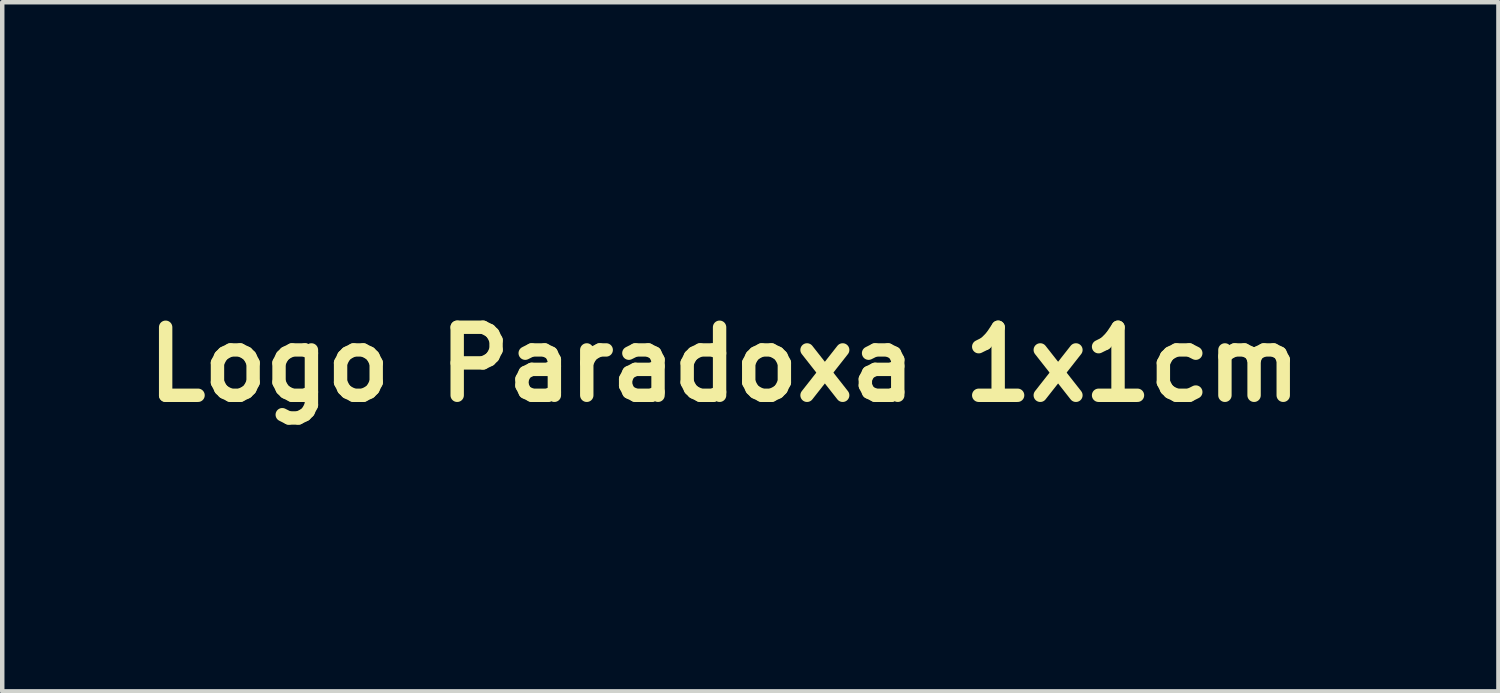
<source format=kicad_pcb>
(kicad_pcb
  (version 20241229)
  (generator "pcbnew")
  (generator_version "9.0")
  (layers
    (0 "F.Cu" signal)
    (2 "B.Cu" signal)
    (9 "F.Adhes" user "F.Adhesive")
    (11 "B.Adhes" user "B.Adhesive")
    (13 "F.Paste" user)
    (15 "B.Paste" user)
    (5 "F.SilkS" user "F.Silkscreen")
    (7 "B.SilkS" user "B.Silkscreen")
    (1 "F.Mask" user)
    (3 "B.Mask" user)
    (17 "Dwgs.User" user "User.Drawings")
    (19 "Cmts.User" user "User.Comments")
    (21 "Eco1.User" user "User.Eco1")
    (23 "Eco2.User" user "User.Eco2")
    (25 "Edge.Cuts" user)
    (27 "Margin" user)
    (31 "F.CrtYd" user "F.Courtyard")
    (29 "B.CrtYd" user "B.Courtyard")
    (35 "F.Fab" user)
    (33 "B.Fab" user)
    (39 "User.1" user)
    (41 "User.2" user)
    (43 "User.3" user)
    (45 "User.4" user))
  (footprint "Logo Paradoxa 1x1cm "
    (layer "F.Cu")
    (at 13.76 5.116)
    (property "Reference" "Logo Paradoxa 1x1cm " (at 0 0 0) (layer "F.SilkS") (effects (font (size 1.524 1.524) (thickness 0.3))))
    (attr through_hole)
    (fp_poly (pts (xy 2.692 3.227) (xy 2.695 3.418) (xy 2.7 3.556) (xy 2.706 3.648) (xy 2.716 3.705) (xy 2.73 3.737) (xy 2.75 3.752) (xy 2.765 3.757) (xy 2.813 3.786) (xy 2.821 3.851) (xy 2.82 3.863) (xy 2.812 3.91) (xy 2.791 3.938) (xy 2.742 3.952) (xy 2.652 3.959) (xy 2.586 3.962) (xy 2.472 3.964) (xy 2.384 3.959) (xy 2.341 3.949) (xy 2.34 3.949) (xy 2.324 3.903) (xy 2.318 3.836) (xy 2.329 3.769) (xy 2.37 3.747) (xy 2.381 3.747) (xy 2.407 3.743) (xy 2.425 3.726) (xy 2.436 3.685) (xy 2.442 3.61) (xy 2.444 3.49) (xy 2.445 3.334) (xy 2.444 3.165) (xy 2.442 3.05) (xy 2.435 2.978) (xy 2.424 2.94) (xy 2.406 2.924) (xy 2.379 2.921) (xy 2.335 2.911) (xy 2.321 2.867) (xy 2.324 2.818) (xy 2.332 2.759) (xy 2.354 2.728) (xy 2.405 2.716) (xy 2.503 2.715) (xy 2.683 2.715) (xy 2.692 3.227)) (stroke (width 0.01) (type solid)) (fill yes) (layer "F.Mask"))
    (fp_poly (pts (xy -0.192 3.135) (xy -0.047 3.218) (xy -0.01 3.249) (xy 0.065 3.33) (xy 0.102 3.412) (xy 0.117 3.51) (xy 0.103 3.673) (xy 0.039 3.81) (xy -0.065 3.913) (xy -0.2 3.973) (xy -0.355 3.982) (xy -0.433 3.966) (xy -0.517 3.924) (xy -0.605 3.852) (xy -0.632 3.825) (xy -0.693 3.743) (xy -0.723 3.664) (xy -0.73 3.563) (xy -0.624 3.563) (xy -0.593 3.673) (xy -0.59 3.678) (xy -0.501 3.795) (xy -0.39 3.86) (xy -0.266 3.869) (xy -0.143 3.821) (xy -0.116 3.801) (xy -0.051 3.73) (xy -0.017 3.635) (xy -0.009 3.58) (xy -0.003 3.483) (xy -0.02 3.418) (xy -0.07 3.355) (xy -0.089 3.335) (xy -0.205 3.255) (xy -0.326 3.233) (xy -0.442 3.269) (xy -0.521 3.336) (xy -0.601 3.455) (xy -0.624 3.563) (xy -0.73 3.563) (xy -0.73 3.555) (xy -0.73 3.546) (xy -0.725 3.439) (xy -0.7 3.364) (xy -0.644 3.291) (xy -0.616 3.262) (xy -0.48 3.157) (xy -0.337 3.114) (xy -0.192 3.135)) (stroke (width 0.01) (type solid)) (fill yes) (layer "F.Mask"))
    (fp_poly (pts (xy -2.987 3.157) (xy -2.984 3.16) (xy -2.965 3.19) (xy -2.977 3.213) (xy -3.028 3.237) (xy -3.127 3.27) (xy -3.228 3.306) (xy -3.289 3.346) (xy -3.321 3.405) (xy -3.332 3.5) (xy -3.334 3.606) (xy -3.334 3.838) (xy -3.215 3.848) (xy -3.126 3.867) (xy -3.096 3.904) (xy -3.096 3.905) (xy -3.109 3.931) (xy -3.158 3.948) (xy -3.252 3.958) (xy -3.339 3.962) (xy -3.469 3.963) (xy -3.561 3.954) (xy -3.603 3.938) (xy -3.603 3.938) (xy -3.608 3.885) (xy -3.564 3.848) (xy -3.522 3.842) (xy -3.494 3.837) (xy -3.476 3.814) (xy -3.466 3.762) (xy -3.462 3.668) (xy -3.461 3.54) (xy -3.461 3.4) (xy -3.465 3.312) (xy -3.475 3.264) (xy -3.495 3.243) (xy -3.527 3.239) (xy -3.54 3.239) (xy -3.604 3.222) (xy -3.619 3.191) (xy -3.592 3.161) (xy -3.527 3.145) (xy -3.448 3.143) (xy -3.379 3.156) (xy -3.348 3.177) (xy -3.306 3.196) (xy -3.275 3.189) (xy -3.149 3.148) (xy -3.048 3.137) (xy -2.987 3.157)) (stroke (width 0.01) (type solid)) (fill yes) (layer "F.Mask"))
    (fp_poly (pts (xy 3.412 3.113) (xy 3.554 3.118) (xy 3.651 3.121) (xy 3.762 3.126) (xy 3.825 3.136) (xy 3.855 3.159) (xy 3.866 3.2) (xy 3.868 3.217) (xy 3.864 3.288) (xy 3.822 3.321) (xy 3.812 3.324) (xy 3.776 3.341) (xy 3.756 3.379) (xy 3.748 3.452) (xy 3.747 3.54) (xy 3.749 3.651) (xy 3.76 3.714) (xy 3.783 3.745) (xy 3.812 3.756) (xy 3.86 3.786) (xy 3.869 3.85) (xy 3.868 3.863) (xy 3.858 3.953) (xy 3.505 3.958) (xy 3.34 3.959) (xy 3.224 3.954) (xy 3.143 3.942) (xy 3.084 3.921) (xy 3.058 3.907) (xy 2.951 3.807) (xy 2.885 3.674) (xy 2.866 3.549) (xy 3.093 3.549) (xy 3.122 3.645) (xy 3.191 3.716) (xy 3.289 3.752) (xy 3.405 3.739) (xy 3.405 3.739) (xy 3.456 3.716) (xy 3.482 3.68) (xy 3.491 3.612) (xy 3.493 3.536) (xy 3.489 3.434) (xy 3.474 3.376) (xy 3.44 3.342) (xy 3.412 3.327) (xy 3.302 3.309) (xy 3.2 3.345) (xy 3.123 3.428) (xy 3.117 3.44) (xy 3.093 3.549) (xy 2.866 3.549) (xy 2.862 3.524) (xy 2.888 3.377) (xy 2.92 3.312) (xy 3.021 3.189) (xy 3.146 3.123) (xy 3.296 3.108) (xy 3.412 3.113)) (stroke (width 0.01) (type solid)) (fill yes) (layer "F.Mask"))
    (fp_poly (pts (xy 4.104 2.705) (xy 4.27 2.715) (xy 4.28 2.929) (xy 4.289 3.144) (xy 4.375 3.121) (xy 4.536 3.105) (xy 4.682 3.14) (xy 4.804 3.218) (xy 4.888 3.332) (xy 4.922 3.461) (xy 4.926 3.597) (xy 4.907 3.696) (xy 4.859 3.779) (xy 4.8 3.843) (xy 4.679 3.964) (xy 4.326 3.964) (xy 4.183 3.962) (xy 4.064 3.957) (xy 3.984 3.951) (xy 3.955 3.945) (xy 3.936 3.895) (xy 3.938 3.826) (xy 3.957 3.768) (xy 3.985 3.747) (xy 4.004 3.737) (xy 4.018 3.703) (xy 4.026 3.636) (xy 4.03 3.537) (xy 4.286 3.537) (xy 4.286 3.539) (xy 4.289 3.639) (xy 4.303 3.694) (xy 4.336 3.724) (xy 4.372 3.738) (xy 4.498 3.755) (xy 4.602 3.721) (xy 4.652 3.672) (xy 4.694 3.567) (xy 4.684 3.466) (xy 4.633 3.381) (xy 4.551 3.323) (xy 4.45 3.305) (xy 4.348 3.335) (xy 4.31 3.369) (xy 4.291 3.43) (xy 4.286 3.537) (xy 4.03 3.537) (xy 4.031 3.524) (xy 4.032 3.36) (xy 4.032 3.334) (xy 4.031 3.162) (xy 4.027 3.044) (xy 4.019 2.971) (xy 4.007 2.933) (xy 3.988 2.921) (xy 3.985 2.921) (xy 3.95 2.897) (xy 3.937 2.821) (xy 3.937 2.808) (xy 3.937 2.695) (xy 4.104 2.705)) (stroke (width 0.01) (type solid)) (fill yes) (layer "F.Mask"))
    (fp_poly (pts (xy 1.754 3.132) (xy 1.823 3.16) (xy 1.899 3.189) (xy 1.937 3.174) (xy 1.938 3.174) (xy 1.981 3.153) (xy 2.057 3.148) (xy 2.139 3.158) (xy 2.2 3.18) (xy 2.214 3.197) (xy 2.196 3.227) (xy 2.137 3.244) (xy 2.048 3.254) (xy 2.03 3.837) (xy 2.118 3.847) (xy 2.19 3.871) (xy 2.207 3.908) (xy 2.173 3.945) (xy 2.101 3.963) (xy 2.017 3.961) (xy 1.958 3.942) (xy 1.957 3.941) (xy 1.899 3.927) (xy 1.799 3.951) (xy 1.792 3.953) (xy 1.7 3.983) (xy 1.636 3.993) (xy 1.573 3.985) (xy 1.54 3.977) (xy 1.424 3.923) (xy 1.316 3.831) (xy 1.25 3.739) (xy 1.208 3.597) (xy 1.21 3.568) (xy 1.336 3.568) (xy 1.364 3.677) (xy 1.424 3.771) (xy 1.508 3.84) (xy 1.609 3.874) (xy 1.716 3.865) (xy 1.823 3.802) (xy 1.871 3.747) (xy 1.897 3.678) (xy 1.908 3.572) (xy 1.91 3.545) (xy 1.911 3.436) (xy 1.899 3.369) (xy 1.868 3.324) (xy 1.84 3.299) (xy 1.742 3.255) (xy 1.63 3.239) (xy 1.532 3.248) (xy 1.462 3.288) (xy 1.412 3.34) (xy 1.35 3.452) (xy 1.336 3.568) (xy 1.21 3.568) (xy 1.219 3.458) (xy 1.274 3.332) (xy 1.364 3.226) (xy 1.481 3.152) (xy 1.614 3.117) (xy 1.754 3.132)) (stroke (width 0.01) (type solid)) (fill yes) (layer "F.Mask"))
    (fp_poly (pts (xy -2.379 3.129) (xy -2.303 3.161) (xy -2.228 3.189) (xy -2.197 3.177) (xy -2.161 3.152) (xy -2.092 3.142) (xy -2.015 3.147) (xy -1.956 3.165) (xy -1.937 3.189) (xy -1.964 3.228) (xy -2.008 3.244) (xy -2.042 3.253) (xy -2.063 3.276) (xy -2.076 3.326) (xy -2.084 3.415) (xy -2.089 3.548) (xy -2.098 3.842) (xy -2.017 3.842) (xy -1.954 3.856) (xy -1.937 3.905) (xy -1.95 3.95) (xy -2.001 3.967) (xy -2.042 3.969) (xy -2.123 3.96) (xy -2.176 3.939) (xy -2.177 3.938) (xy -2.231 3.927) (xy -2.329 3.951) (xy -2.334 3.953) (xy -2.427 3.983) (xy -2.49 3.993) (xy -2.554 3.985) (xy -2.588 3.978) (xy -2.72 3.917) (xy -2.821 3.817) (xy -2.886 3.69) (xy -2.913 3.551) (xy -2.911 3.54) (xy -2.794 3.54) (xy -2.776 3.675) (xy -2.717 3.771) (xy -2.642 3.824) (xy -2.509 3.868) (xy -2.38 3.851) (xy -2.315 3.819) (xy -2.265 3.785) (xy -2.238 3.746) (xy -2.225 3.683) (xy -2.223 3.578) (xy -2.223 3.553) (xy -2.225 3.436) (xy -2.236 3.365) (xy -2.261 3.322) (xy -2.301 3.29) (xy -2.423 3.242) (xy -2.547 3.246) (xy -2.659 3.295) (xy -2.745 3.38) (xy -2.791 3.495) (xy -2.794 3.54) (xy -2.911 3.54) (xy -2.895 3.414) (xy -2.829 3.293) (xy -2.802 3.264) (xy -2.658 3.158) (xy -2.52 3.113) (xy -2.379 3.129)) (stroke (width 0.01) (type solid)) (fill yes) (layer "F.Mask"))
    (fp_poly (pts (xy 5.429 3.095) (xy 5.553 3.102) (xy 5.779 3.121) (xy 5.779 3.259) (xy 5.776 3.345) (xy 5.759 3.385) (xy 5.713 3.397) (xy 5.669 3.397) (xy 5.59 3.388) (xy 5.541 3.366) (xy 5.539 3.364) (xy 5.484 3.32) (xy 5.401 3.29) (xy 5.326 3.288) (xy 5.318 3.29) (xy 5.286 3.321) (xy 5.268 3.366) (xy 5.275 3.396) (xy 5.282 3.397) (xy 5.358 3.406) (xy 5.465 3.43) (xy 5.576 3.46) (xy 5.668 3.491) (xy 5.705 3.509) (xy 5.752 3.553) (xy 5.773 3.616) (xy 5.779 3.712) (xy 5.772 3.814) (xy 5.749 3.875) (xy 5.707 3.913) (xy 5.58 3.966) (xy 5.434 3.984) (xy 5.366 3.978) (xy 5.293 3.956) (xy 5.257 3.935) (xy 5.21 3.927) (xy 5.187 3.94) (xy 5.126 3.963) (xy 5.074 3.963) (xy 5.028 3.948) (xy 5.004 3.907) (xy 4.992 3.824) (xy 4.991 3.802) (xy 4.987 3.711) (xy 4.998 3.667) (xy 5.032 3.653) (xy 5.08 3.651) (xy 5.175 3.671) (xy 5.267 3.717) (xy 5.267 3.717) (xy 5.347 3.758) (xy 5.433 3.773) (xy 5.503 3.763) (xy 5.539 3.728) (xy 5.54 3.717) (xy 5.51 3.681) (xy 5.425 3.647) (xy 5.382 3.636) (xy 5.21 3.584) (xy 5.096 3.519) (xy 5.034 3.436) (xy 5.016 3.34) (xy 5.044 3.252) (xy 5.112 3.168) (xy 5.202 3.111) (xy 5.234 3.101) (xy 5.313 3.095) (xy 5.429 3.095)) (stroke (width 0.01) (type solid)) (fill yes) (layer "F.Mask"))
    (fp_poly (pts (xy -5.174 3.134) (xy -5.088 3.175) (xy -4.963 3.282) (xy -4.886 3.416) (xy -4.862 3.562) (xy -4.894 3.709) (xy -4.922 3.763) (xy -5.033 3.894) (xy -5.168 3.967) (xy -5.321 3.981) (xy -5.428 3.957) (xy -5.556 3.913) (xy -5.556 4.223) (xy -5.445 4.223) (xy -5.363 4.233) (xy -5.334 4.266) (xy -5.334 4.27) (xy -5.346 4.295) (xy -5.389 4.309) (xy -5.475 4.316) (xy -5.588 4.318) (xy -5.718 4.316) (xy -5.797 4.308) (xy -5.834 4.291) (xy -5.842 4.27) (xy -5.814 4.232) (xy -5.762 4.223) (xy -5.682 4.223) (xy -5.69 3.739) (xy -5.694 3.554) (xy -5.694 3.552) (xy -5.556 3.552) (xy -5.554 3.667) (xy -5.544 3.737) (xy -5.519 3.78) (xy -5.474 3.814) (xy -5.469 3.818) (xy -5.347 3.864) (xy -5.223 3.863) (xy -5.123 3.817) (xy -5.028 3.706) (xy -4.986 3.581) (xy -5 3.454) (xy -5.071 3.338) (xy -5.078 3.331) (xy -5.193 3.257) (xy -5.325 3.238) (xy -5.455 3.276) (xy -5.478 3.29) (xy -5.52 3.324) (xy -5.544 3.369) (xy -5.554 3.443) (xy -5.556 3.552) (xy -5.694 3.552) (xy -5.698 3.423) (xy -5.705 3.337) (xy -5.715 3.285) (xy -5.73 3.258) (xy -5.752 3.247) (xy -5.771 3.244) (xy -5.826 3.219) (xy -5.842 3.189) (xy -5.815 3.161) (xy -5.749 3.145) (xy -5.67 3.142) (xy -5.603 3.154) (xy -5.573 3.173) (xy -5.535 3.181) (xy -5.468 3.157) (xy -5.323 3.115) (xy -5.174 3.134)) (stroke (width 0.01) (type solid)) (fill yes) (layer "F.Mask"))
    (fp_poly (pts (xy -4.195 3.13) (xy -4.134 3.156) (xy -4.056 3.185) (xy -4.016 3.175) (xy -3.973 3.151) (xy -3.9 3.142) (xy -3.822 3.148) (xy -3.763 3.166) (xy -3.747 3.189) (xy -3.774 3.228) (xy -3.818 3.244) (xy -3.852 3.253) (xy -3.873 3.276) (xy -3.886 3.326) (xy -3.894 3.416) (xy -3.898 3.546) (xy -3.902 3.683) (xy -3.9 3.769) (xy -3.891 3.817) (xy -3.871 3.838) (xy -3.838 3.847) (xy -3.835 3.847) (xy -3.779 3.873) (xy -3.762 3.905) (xy -3.789 3.941) (xy -3.853 3.962) (xy -3.928 3.964) (xy -3.988 3.947) (xy -4.004 3.931) (xy -4.039 3.906) (xy -4.088 3.925) (xy -4.215 3.972) (xy -4.36 3.98) (xy -4.434 3.966) (xy -4.517 3.924) (xy -4.606 3.852) (xy -4.632 3.825) (xy -4.696 3.74) (xy -4.725 3.656) (xy -4.731 3.557) (xy -4.625 3.557) (xy -4.596 3.669) (xy -4.506 3.781) (xy -4.503 3.783) (xy -4.386 3.857) (xy -4.263 3.868) (xy -4.137 3.816) (xy -4.124 3.808) (xy -4.074 3.766) (xy -4.046 3.72) (xy -4.034 3.649) (xy -4.032 3.542) (xy -4.035 3.428) (xy -4.047 3.36) (xy -4.075 3.317) (xy -4.111 3.29) (xy -4.221 3.246) (xy -4.343 3.241) (xy -4.451 3.273) (xy -4.499 3.31) (xy -4.592 3.439) (xy -4.625 3.557) (xy -4.731 3.557) (xy -4.731 3.554) (xy -4.725 3.452) (xy -4.699 3.377) (xy -4.642 3.301) (xy -4.612 3.267) (xy -4.48 3.162) (xy -4.338 3.116) (xy -4.195 3.13)) (stroke (width 0.01) (type solid)) (fill yes) (layer "F.Mask"))
    (fp_poly (pts (xy -1.124 2.704) (xy -1 2.715) (xy -0.991 3.276) (xy -0.988 3.477) (xy -0.984 3.624) (xy -0.979 3.724) (xy -0.971 3.788) (xy -0.959 3.824) (xy -0.941 3.84) (xy -0.917 3.847) (xy -0.912 3.848) (xy -0.857 3.874) (xy -0.841 3.905) (xy -0.869 3.941) (xy -0.934 3.961) (xy -1.013 3.964) (xy -1.082 3.945) (xy -1.097 3.935) (xy -1.156 3.916) (xy -1.183 3.929) (xy -1.275 3.968) (xy -1.403 3.977) (xy -1.492 3.965) (xy -1.597 3.919) (xy -1.701 3.834) (xy -1.706 3.829) (xy -1.771 3.747) (xy -1.802 3.67) (xy -1.808 3.585) (xy -1.704 3.585) (xy -1.696 3.626) (xy -1.646 3.715) (xy -1.564 3.797) (xy -1.471 3.856) (xy -1.402 3.873) (xy -1.318 3.857) (xy -1.224 3.816) (xy -1.214 3.81) (xy -1.158 3.772) (xy -1.127 3.732) (xy -1.114 3.671) (xy -1.111 3.568) (xy -1.111 3.544) (xy -1.114 3.43) (xy -1.126 3.361) (xy -1.153 3.318) (xy -1.19 3.29) (xy -1.303 3.247) (xy -1.435 3.244) (xy -1.554 3.279) (xy -1.571 3.289) (xy -1.642 3.366) (xy -1.69 3.474) (xy -1.704 3.585) (xy -1.808 3.585) (xy -1.81 3.564) (xy -1.81 3.553) (xy -1.783 3.392) (xy -1.711 3.26) (xy -1.604 3.166) (xy -1.471 3.117) (xy -1.325 3.118) (xy -1.205 3.16) (xy -1.111 3.208) (xy -1.111 3.017) (xy -1.113 2.911) (xy -1.122 2.854) (xy -1.145 2.83) (xy -1.187 2.826) (xy -1.189 2.826) (xy -1.265 2.811) (xy -1.287 2.77) (xy -1.273 2.735) (xy -1.223 2.708) (xy -1.129 2.704) (xy -1.124 2.704)) (stroke (width 0.01) (type solid)) (fill yes) (layer "F.Mask"))
    (fp_poly (pts (xy 1.063 3.147) (xy 1.123 3.16) (xy 1.143 3.185) (xy 1.143 3.191) (xy 1.117 3.231) (xy 1.086 3.239) (xy 1.039 3.26) (xy 0.967 3.313) (xy 0.888 3.383) (xy 0.817 3.454) (xy 0.771 3.513) (xy 0.762 3.536) (xy 0.781 3.572) (xy 0.829 3.64) (xy 0.877 3.701) (xy 0.974 3.801) (xy 1.054 3.841) (xy 1.067 3.842) (xy 1.128 3.858) (xy 1.143 3.905) (xy 1.136 3.941) (xy 1.106 3.96) (xy 1.037 3.968) (xy 0.953 3.969) (xy 0.83 3.961) (xy 0.768 3.938) (xy 0.763 3.896) (xy 0.801 3.848) (xy 0.816 3.811) (xy 0.79 3.763) (xy 0.753 3.723) (xy 0.667 3.637) (xy 0.582 3.722) (xy 0.529 3.783) (xy 0.52 3.825) (xy 0.537 3.854) (xy 0.561 3.909) (xy 0.556 3.936) (xy 0.514 3.955) (xy 0.433 3.966) (xy 0.335 3.968) (xy 0.245 3.961) (xy 0.185 3.945) (xy 0.175 3.937) (xy 0.17 3.885) (xy 0.214 3.849) (xy 0.26 3.842) (xy 0.312 3.82) (xy 0.385 3.764) (xy 0.464 3.691) (xy 0.53 3.616) (xy 0.568 3.556) (xy 0.572 3.541) (xy 0.548 3.491) (xy 0.487 3.421) (xy 0.406 3.347) (xy 0.323 3.283) (xy 0.253 3.244) (xy 0.229 3.239) (xy 0.174 3.225) (xy 0.167 3.199) (xy 0.206 3.173) (xy 0.298 3.156) (xy 0.376 3.15) (xy 0.487 3.147) (xy 0.548 3.156) (xy 0.57 3.177) (xy 0.572 3.187) (xy 0.55 3.236) (xy 0.534 3.246) (xy 0.53 3.274) (xy 0.554 3.33) (xy 0.594 3.394) (xy 0.637 3.444) (xy 0.667 3.461) (xy 0.702 3.438) (xy 0.745 3.385) (xy 0.784 3.321) (xy 0.805 3.268) (xy 0.799 3.246) (xy 0.765 3.207) (xy 0.762 3.188) (xy 0.779 3.162) (xy 0.838 3.148) (xy 0.95 3.143) (xy 0.953 3.143) (xy 1.063 3.147)) (stroke (width 0.01) (type solid)) (fill yes) (layer "F.Mask"))
    (fp_poly (pts (xy -0.046 -5.085) (xy 0.006 -5.015) (xy 0.072 -4.913) (xy 0.128 -4.818) (xy 0.25 -4.605) (xy 0.397 -4.35) (xy 0.562 -4.065) (xy 0.737 -3.761) (xy 0.916 -3.451) (xy 1.092 -3.147) (xy 1.159 -3.032) (xy 1.258 -2.861) (xy 1.351 -2.699) (xy 1.432 -2.56) (xy 1.493 -2.453) (xy 1.524 -2.397) (xy 1.561 -2.332) (xy 1.619 -2.231) (xy 1.7 -2.09) (xy 1.805 -1.907) (xy 1.935 -1.681) (xy 2.092 -1.409) (xy 2.277 -1.088) (xy 2.492 -0.717) (xy 2.673 -0.403) (xy 2.793 -0.195) (xy 2.903 -0.003) (xy 2.999 0.166) (xy 3.077 0.303) (xy 3.132 0.402) (xy 3.161 0.456) (xy 3.164 0.462) (xy 3.163 0.481) (xy 3.136 0.494) (xy 3.074 0.502) (xy 2.97 0.506) (xy 2.813 0.508) (xy 2.75 0.508) (xy 2.567 0.509) (xy 2.44 0.514) (xy 2.363 0.524) (xy 2.327 0.54) (xy 2.327 0.564) (xy 2.347 0.589) (xy 2.385 0.641) (xy 2.44 0.729) (xy 2.504 0.84) (xy 2.57 0.961) (xy 2.631 1.078) (xy 2.68 1.178) (xy 2.709 1.247) (xy 2.714 1.271) (xy 2.678 1.278) (xy 2.582 1.283) (xy 2.429 1.288) (xy 2.22 1.293) (xy 1.959 1.296) (xy 1.649 1.299) (xy 1.293 1.301) (xy 0.893 1.302) (xy 0.652 1.302) (xy 0.238 1.302) (xy -0.117 1.302) (xy -0.418 1.302) (xy -0.669 1.304) (xy -0.875 1.306) (xy -1.04 1.309) (xy -1.168 1.314) (xy -1.265 1.321) (xy -1.334 1.33) (xy -1.381 1.341) (xy -1.409 1.354) (xy -1.423 1.371) (xy -1.428 1.39) (xy -1.429 1.413) (xy -1.429 1.423) (xy -1.398 1.427) (xy -1.309 1.43) (xy -1.166 1.432) (xy -0.975 1.435) (xy -0.741 1.436) (xy -0.469 1.437) (xy -0.163 1.438) (xy 0.17 1.438) (xy 0.526 1.437) (xy 0.794 1.436) (xy 1.163 1.435) (xy 1.513 1.433) (xy 1.839 1.431) (xy 2.136 1.429) (xy 2.398 1.426) (xy 2.62 1.424) (xy 2.798 1.422) (xy 2.927 1.419) (xy 3 1.417) (xy 3.016 1.415) (xy 3 1.381) (xy 2.953 1.295) (xy 2.877 1.16) (xy 2.772 0.98) (xy 2.719 0.889) (xy 2.666 0.795) (xy 2.643 0.732) (xy 2.656 0.694) (xy 2.712 0.674) (xy 2.818 0.668) (xy 2.962 0.667) (xy 3.288 0.667) (xy 3.413 0.881) (xy 3.579 1.169) (xy 3.716 1.407) (xy 3.825 1.599) (xy 3.909 1.749) (xy 3.971 1.863) (xy 4.013 1.944) (xy 4.037 1.998) (xy 4.047 2.028) (xy 4.046 2.036) (xy 4.012 2.04) (xy 3.92 2.044) (xy 3.775 2.047) (xy 3.582 2.05) (xy 3.346 2.053) (xy 3.072 2.056) (xy 2.766 2.058) (xy 2.432 2.06) (xy 2.076 2.061) (xy 1.703 2.062) (xy 1.317 2.063) (xy 0.925 2.063) (xy 0.531 2.063) (xy 0.141 2.063) (xy -0.241 2.062) (xy -0.609 2.061) (xy -0.958 2.06) (xy -1.283 2.058) (xy -1.579 2.056) (xy -1.841 2.054) (xy -2.063 2.051) (xy -2.241 2.048) (xy -2.369 2.045) (xy -2.441 2.041) (xy -2.457 2.038) (xy -2.448 2.002) (xy -2.412 1.923) (xy -2.355 1.812) (xy -2.283 1.68) (xy -2.274 1.665) (xy -2.075 1.318) (xy -2.466 1.309) (xy -2.631 1.304) (xy -2.742 1.298) (xy -2.81 1.289) (xy -2.845 1.274) (xy -2.857 1.254) (xy -2.857 1.244) (xy -2.84 1.174) (xy -2.814 1.126) (xy -2.789 1.085) (xy -2.737 0.997) (xy -2.664 0.872) (xy -2.574 0.719) (xy -2.536 0.654) (xy -1.834 0.654) (xy -1.797 0.666) (xy -1.77 0.667) (xy -1.736 0.657) (xy -1.706 0.631) (xy -0.986 0.631) (xy -0.974 0.641) (xy -0.943 0.649) (xy -0.888 0.656) (xy -0.804 0.66) (xy -0.686 0.663) (xy -0.527 0.665) (xy -0.322 0.666) (xy -0.066 0.667) (xy 0.246 0.667) (xy 0.349 0.667) (xy 0.679 0.667) (xy 0.951 0.666) (xy 1.17 0.666) (xy 1.342 0.664) (xy 1.472 0.661) (xy 1.566 0.657) (xy 1.628 0.651) (xy 1.666 0.644) (xy 1.683 0.634) (xy 1.685 0.623) (xy 1.678 0.608) (xy 1.675 0.603) (xy 1.664 0.587) (xy 1.646 0.575) (xy 1.617 0.564) (xy 1.57 0.556) (xy 1.5 0.55) (xy 1.4 0.546) (xy 1.264 0.543) (xy 1.088 0.541) (xy 0.863 0.54) (xy 0.586 0.54) (xy 0.349 0.54) (xy 0.03 0.54) (xy -0.232 0.54) (xy -0.443 0.541) (xy -0.607 0.543) (xy -0.732 0.547) (xy -0.824 0.552) (xy -0.887 0.558) (xy -0.928 0.567) (xy -0.953 0.578) (xy -0.969 0.592) (xy -0.977 0.603) (xy -0.985 0.619) (xy -0.986 0.631) (xy -1.706 0.631) (xy -1.697 0.624) (xy -1.647 0.559) (xy -1.58 0.455) (xy -1.492 0.305) (xy -1.46 0.251) (xy -1.37 0.092) (xy -1.284 -0.057) (xy -1.262 -0.095) (xy -0.567 -0.095) (xy 0.384 -0.095) (xy 0.264 -0.31) (xy 0.188 -0.445) (xy 0.105 -0.587) (xy 0.04 -0.697) (xy -0.014 -0.791) (xy -0.051 -0.866) (xy -0.064 -0.901) (xy -0.068 -0.918) (xy -0.086 -0.906) (xy -0.119 -0.861) (xy -0.173 -0.776) (xy -0.25 -0.646) (xy -0.343 -0.484) (xy -0.567 -0.095) (xy -1.262 -0.095) (xy -1.211 -0.185) (xy -1.159 -0.276) (xy -1.147 -0.297) (xy -1.107 -0.366) (xy -1.043 -0.478) (xy -0.959 -0.624) (xy -0.863 -0.791) (xy -0.761 -0.968) (xy -0.758 -0.972) (xy -0.662 -1.14) (xy -0.578 -1.291) (xy -0.51 -1.414) (xy -0.464 -1.501) (xy -0.445 -1.543) (xy -0.445 -1.545) (xy -0.465 -1.592) (xy -0.481 -1.612) (xy -0.503 -1.612) (xy -0.539 -1.577) (xy -0.592 -1.502) (xy -0.667 -1.383) (xy -0.767 -1.213) (xy -0.794 -1.165) (xy -1 -0.804) (xy -1.177 -0.495) (xy -1.327 -0.233) (xy -1.451 -0.016) (xy -1.553 0.16) (xy -1.634 0.299) (xy -1.696 0.404) (xy -1.741 0.479) (xy -1.771 0.528) (xy -1.783 0.545) (xy -1.829 0.618) (xy -1.834 0.654) (xy -2.536 0.654) (xy -2.473 0.546) (xy -2.367 0.362) (xy -2.26 0.176) (xy -2.157 -0.002) (xy -2.064 -0.165) (xy -1.985 -0.303) (xy -1.977 -0.318) (xy -1.938 -0.385) (xy -1.876 -0.494) (xy -1.797 -0.631) (xy -1.708 -0.784) (xy -1.675 -0.841) (xy -1.493 -1.157) (xy -1.34 -1.421) (xy -1.214 -1.64) (xy -1.113 -1.818) (xy -1.033 -1.96) (xy -0.973 -2.07) (xy -0.93 -2.152) (xy -0.903 -2.213) (xy -0.887 -2.255) (xy -0.881 -2.284) (xy -0.881 -2.286) (xy -0.134 -2.286) (xy -0.126 -2.238) (xy -0.096 -2.165) (xy -0.042 -2.059) (xy 0.04 -1.912) (xy 0.078 -1.845) (xy 0.167 -1.691) (xy 0.25 -1.547) (xy 0.318 -1.428) (xy 0.365 -1.346) (xy 0.376 -1.328) (xy 0.413 -1.262) (xy 0.475 -1.155) (xy 0.554 -1.019) (xy 0.64 -0.869) (xy 0.666 -0.826) (xy 0.758 -0.667) (xy 0.847 -0.512) (xy 0.925 -0.377) (xy 0.981 -0.279) (xy 0.99 -0.264) (xy 1.073 -0.147) (xy 1.157 -0.085) (xy 1.236 -0.083) (xy 1.243 -0.086) (xy 1.238 -0.116) (xy 1.205 -0.187) (xy 1.152 -0.289) (xy 1.114 -0.357) (xy 1.053 -0.463) (xy 0.967 -0.611) (xy 0.864 -0.79) (xy 0.75 -0.987) (xy 0.632 -1.191) (xy 0.587 -1.27) (xy 0.471 -1.47) (xy 0.358 -1.666) (xy 0.255 -1.846) (xy 0.167 -2) (xy 0.101 -2.116) (xy 0.081 -2.15) (xy 0.02 -2.256) (xy -0.032 -2.336) (xy -0.065 -2.377) (xy -0.07 -2.381) (xy -0.101 -2.357) (xy -0.126 -2.319) (xy -0.134 -2.286) (xy -0.881 -2.286) (xy -0.883 -2.305) (xy -0.89 -2.322) (xy -0.9 -2.34) (xy -0.9 -2.34) (xy -0.91 -2.36) (xy -0.918 -2.375) (xy -0.928 -2.382) (xy -0.943 -2.376) (xy -0.965 -2.354) (xy -0.997 -2.311) (xy -1.041 -2.242) (xy -1.1 -2.145) (xy -1.178 -2.015) (xy -1.276 -1.847) (xy -1.397 -1.637) (xy -1.544 -1.382) (xy -1.719 -1.077) (xy -1.763 -1) (xy -1.952 -0.672) (xy -2.114 -0.391) (xy -2.255 -0.147) (xy -2.379 0.068) (xy -2.492 0.263) (xy -2.599 0.447) (xy -2.704 0.628) (xy -2.813 0.815) (xy -2.852 0.881) (xy -2.948 1.047) (xy -3.03 1.194) (xy -3.094 1.311) (xy -3.136 1.393) (xy -3.15 1.429) (xy -3.149 1.431) (xy -3.111 1.431) (xy -3.022 1.431) (xy -2.897 1.43) (xy -2.757 1.429) (xy -2.58 1.43) (xy -2.453 1.438) (xy -2.38 1.451) (xy -2.366 1.46) (xy -2.373 1.5) (xy -2.408 1.58) (xy -2.465 1.687) (xy -2.515 1.771) (xy -2.684 2.048) (xy -3.42 2.056) (xy -3.657 2.058) (xy -3.858 2.056) (xy -4.014 2.052) (xy -4.12 2.046) (xy -4.171 2.037) (xy -4.174 2.035) (xy -4.175 2.02) (xy -4.166 1.991) (xy -4.145 1.943) (xy -4.108 1.871) (xy -4.054 1.771) (xy -3.98 1.638) (xy -3.883 1.468) (xy -3.762 1.255) (xy -3.612 0.996) (xy -3.477 0.762) (xy -3.365 0.569) (xy -3.24 0.353) (xy -3.116 0.138) (xy -3.008 -0.049) (xy -3 -0.064) (xy -2.791 -0.426) (xy -2.612 -0.738) (xy -2.458 -1.004) (xy -2.329 -1.229) (xy -2.22 -1.417) (xy -2.13 -1.572) (xy -2.056 -1.7) (xy -1.995 -1.805) (xy -1.945 -1.891) (xy -1.903 -1.963) (xy -1.891 -1.983) (xy -1.827 -2.093) (xy -1.777 -2.179) (xy -1.75 -2.23) (xy -1.746 -2.238) (xy -1.731 -2.267) (xy -1.688 -2.342) (xy -1.624 -2.455) (xy -1.542 -2.596) (xy -1.448 -2.757) (xy -1.447 -2.758) (xy -1.345 -2.933) (xy -1.248 -3.101) (xy -1.162 -3.249) (xy -1.096 -3.365) (xy -1.06 -3.429) (xy -1.008 -3.514) (xy -0.962 -3.567) (xy -0.939 -3.578) (xy -0.911 -3.547) (xy -0.86 -3.472) (xy -0.793 -3.363) (xy -0.717 -3.233) (xy -0.714 -3.228) (xy -0.64 -3.098) (xy -0.577 -2.991) (xy -0.53 -2.918) (xy -0.508 -2.889) (xy -0.507 -2.889) (xy -0.486 -2.915) (xy -0.441 -2.985) (xy -0.38 -3.088) (xy -0.322 -3.189) (xy -0.23 -3.351) (xy -0.164 -3.464) (xy -0.118 -3.533) (xy -0.084 -3.564) (xy -0.057 -3.562) (xy -0.03 -3.532) (xy 0.003 -3.481) (xy 0.007 -3.474) (xy 0.048 -3.408) (xy 0.114 -3.297) (xy 0.198 -3.153) (xy 0.294 -2.987) (xy 0.396 -2.811) (xy 0.396 -2.81) (xy 0.545 -2.551) (xy 0.718 -2.251) (xy 0.906 -1.924) (xy 1.102 -1.585) (xy 1.297 -1.247) (xy 1.483 -0.925) (xy 1.633 -0.667) (xy 1.715 -0.524) (xy 1.791 -0.39) (xy 1.852 -0.281) (xy 1.887 -0.217) (xy 1.951 -0.128) (xy 2.029 -0.089) (xy 2.038 -0.088) (xy 2.122 -0.084) (xy 2.148 -0.107) (xy 2.131 -0.14) (xy 2.108 -0.175) (xy 2.059 -0.259) (xy 1.986 -0.383) (xy 1.893 -0.543) (xy 1.786 -0.729) (xy 1.667 -0.937) (xy 1.603 -1.048) (xy 1.48 -1.263) (xy 1.366 -1.46) (xy 1.266 -1.634) (xy 1.184 -1.777) (xy 1.123 -1.881) (xy 1.087 -1.941) (xy 1.08 -1.953) (xy 1.052 -1.997) (xy 1.006 -2.076) (xy 0.972 -2.138) (xy 0.922 -2.227) (xy 0.846 -2.36) (xy 0.751 -2.527) (xy 0.643 -2.716) (xy 0.527 -2.918) (xy 0.41 -3.121) (xy 0.298 -3.315) (xy 0.196 -3.49) (xy 0.112 -3.634) (xy 0.052 -3.737) (xy 0.041 -3.756) (xy -0.07 -3.94) (xy -0.279 -3.573) (xy -0.358 -3.438) (xy -0.426 -3.325) (xy -0.478 -3.245) (xy -0.507 -3.208) (xy -0.51 -3.207) (xy -0.533 -3.233) (xy -0.58 -3.302) (xy -0.642 -3.405) (xy -0.694 -3.494) (xy -0.858 -3.781) (xy -0.55 -4.312) (xy -0.449 -4.487) (xy -0.355 -4.652) (xy -0.273 -4.797) (xy -0.212 -4.909) (xy -0.177 -4.976) (xy -0.131 -5.056) (xy -0.09 -5.104) (xy -0.075 -5.111) (xy -0.046 -5.085)) (stroke (width 0.01) (type solid)) (fill yes) (layer "F.Mask")))
  (gr_rect
    (start -3 -3)
    (end 30.519 12.439)
    (stroke (width 0.1) (type default))
    (fill no)
    (layer "Edge.Cuts")))
</source>
